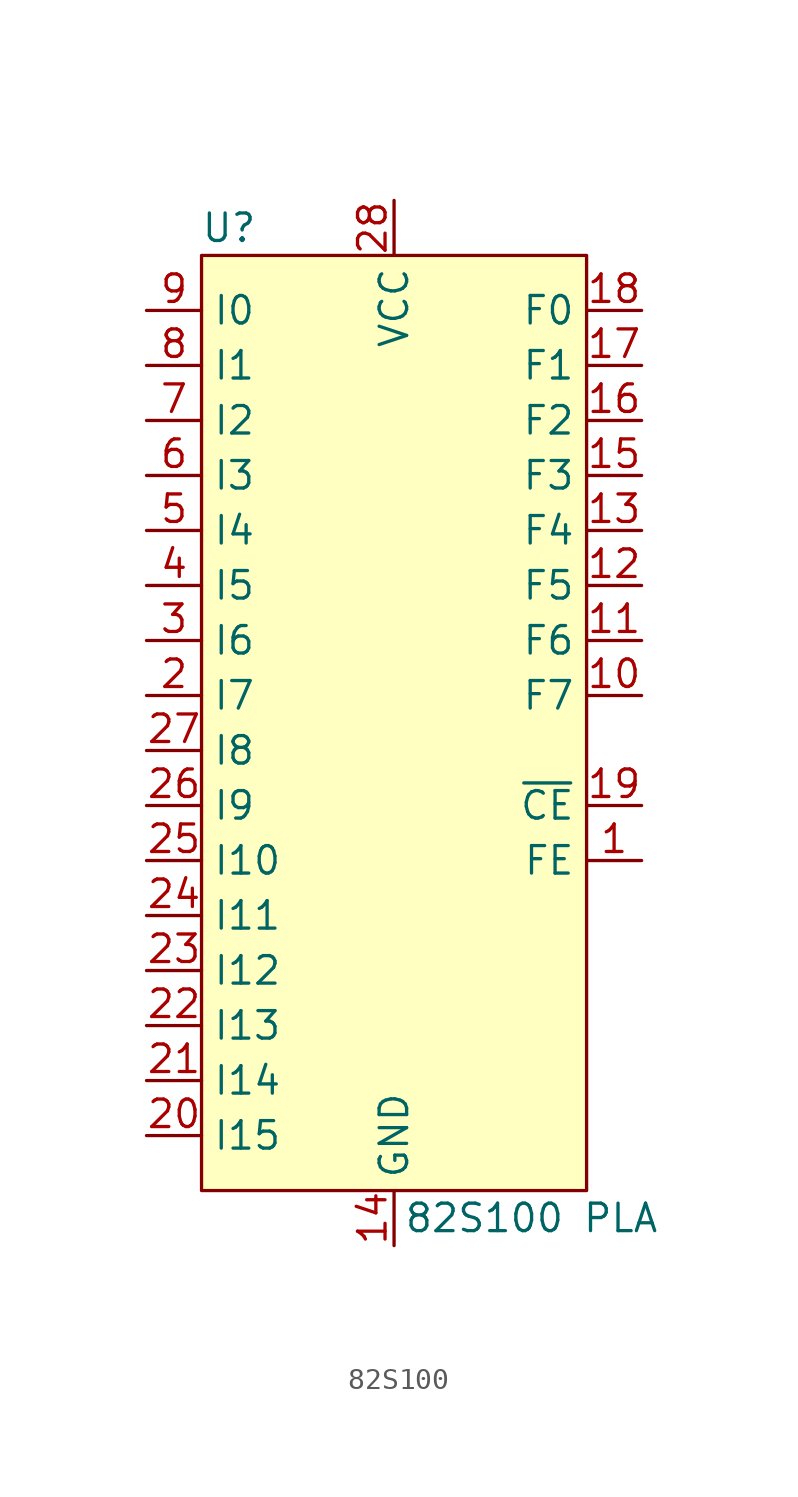
<source format=kicad_sym>
(kicad_symbol_lib
  (version 20220914)
  (generator kicad_symbol_editor)
  (symbol "82S100"
    (property "Reference" "U"
      (at -7.62 22.86 0)
      (do_not_autoplace)
      (effects (font (size 1.27 1.27))))
    (property "Value" "82S100 PLA"
      (at 6.35 -22.86 0)
      (do_not_autoplace)
      (effects (font (size 1.27 1.27))))
    (symbol "82S100_0_0"
      (pin input line (at 11.43 -6.35 180) (length 2.54) (name "FE" (effects (font (size 1.27 1.27)))) (number "1" (effects (font (size 1.27 1.27))))))
    (symbol "82S100_1_1"
      (rectangle (start -8.89 21.59) (end 8.89 -21.59) (stroke (width 0) (type default)) (fill (type background)))
      (pin output line (at 11.43 1.27 180) (length 2.54) (name "F7" (effects (font (size 1.27 1.27)))) (number "10" (effects (font (size 1.27 1.27)))))
      (pin output line (at 11.43 3.81 180) (length 2.54) (name "F6" (effects (font (size 1.27 1.27)))) (number "11" (effects (font (size 1.27 1.27)))))
      (pin output line (at 11.43 6.35 180) (length 2.54) (name "F5" (effects (font (size 1.27 1.27)))) (number "12" (effects (font (size 1.27 1.27)))))
      (pin output line (at 11.43 8.89 180) (length 2.54) (name "F4" (effects (font (size 1.27 1.27)))) (number "13" (effects (font (size 1.27 1.27)))))
      (pin power_in line (at 0 -24.13 90) (length 2.54) (name "GND" (effects (font (size 1.27 1.27)))) (number "14" (effects (font (size 1.27 1.27)))))
      (pin output line (at 11.43 11.43 180) (length 2.54) (name "F3" (effects (font (size 1.27 1.27)))) (number "15" (effects (font (size 1.27 1.27)))))
      (pin output line (at 11.43 13.97 180) (length 2.54) (name "F2" (effects (font (size 1.27 1.27)))) (number "16" (effects (font (size 1.27 1.27)))))
      (pin output line (at 11.43 16.51 180) (length 2.54) (name "F1" (effects (font (size 1.27 1.27)))) (number "17" (effects (font (size 1.27 1.27)))))
      (pin output line (at 11.43 19.05 180) (length 2.54) (name "F0" (effects (font (size 1.27 1.27)))) (number "18" (effects (font (size 1.27 1.27)))))
      (pin input line (at 11.43 -3.81 180) (length 2.54) (name "~{CE}" (effects (font (size 1.27 1.27)))) (number "19" (effects (font (size 1.27 1.27)))))
      (pin input line (at -11.43 1.27 0) (length 2.54) (name "I7" (effects (font (size 1.27 1.27)))) (number "2" (effects (font (size 1.27 1.27)))))
      (pin input line (at -11.43 -19.05 0) (length 2.54) (name "I15" (effects (font (size 1.27 1.27)))) (number "20" (effects (font (size 1.27 1.27)))))
      (pin input line (at -11.43 -16.51 0) (length 2.54) (name "I14" (effects (font (size 1.27 1.27)))) (number "21" (effects (font (size 1.27 1.27)))))
      (pin input line (at -11.43 -13.97 0) (length 2.54) (name "I13" (effects (font (size 1.27 1.27)))) (number "22" (effects (font (size 1.27 1.27)))))
      (pin input line (at -11.43 -11.43 0) (length 2.54) (name "I12" (effects (font (size 1.27 1.27)))) (number "23" (effects (font (size 1.27 1.27)))))
      (pin input line (at -11.43 -8.89 0) (length 2.54) (name "I11" (effects (font (size 1.27 1.27)))) (number "24" (effects (font (size 1.27 1.27)))))
      (pin input line (at -11.43 -6.35 0) (length 2.54) (name "I10" (effects (font (size 1.27 1.27)))) (number "25" (effects (font (size 1.27 1.27)))))
      (pin input line (at -11.43 -3.81 0) (length 2.54) (name "I9" (effects (font (size 1.27 1.27)))) (number "26" (effects (font (size 1.27 1.27)))))
      (pin input line (at -11.43 -1.27 0) (length 2.54) (name "I8" (effects (font (size 1.27 1.27)))) (number "27" (effects (font (size 1.27 1.27)))))
      (pin power_in line (at 0 24.13 270) (length 2.54) (name "VCC" (effects (font (size 1.27 1.27)))) (number "28" (effects (font (size 1.27 1.27)))))
      (pin input line (at -11.43 3.81 0) (length 2.54) (name "I6" (effects (font (size 1.27 1.27)))) (number "3" (effects (font (size 1.27 1.27)))))
      (pin input line (at -11.43 6.35 0) (length 2.54) (name "I5" (effects (font (size 1.27 1.27)))) (number "4" (effects (font (size 1.27 1.27)))))
      (pin input line (at -11.43 8.89 0) (length 2.54) (name "I4" (effects (font (size 1.27 1.27)))) (number "5" (effects (font (size 1.27 1.27)))))
      (pin input line (at -11.43 11.43 0) (length 2.54) (name "I3" (effects (font (size 1.27 1.27)))) (number "6" (effects (font (size 1.27 1.27)))))
      (pin input line (at -11.43 13.97 0) (length 2.54) (name "I2" (effects (font (size 1.27 1.27)))) (number "7" (effects (font (size 1.27 1.27)))))
      (pin input line (at -11.43 16.51 0) (length 2.54) (name "I1" (effects (font (size 1.27 1.27)))) (number "8" (effects (font (size 1.27 1.27)))))
      (pin input line (at -11.43 19.05 0) (length 2.54) (name "I0" (effects (font (size 1.27 1.27)))) (number "9" (effects (font (size 1.27 1.27))))))))
</source>
